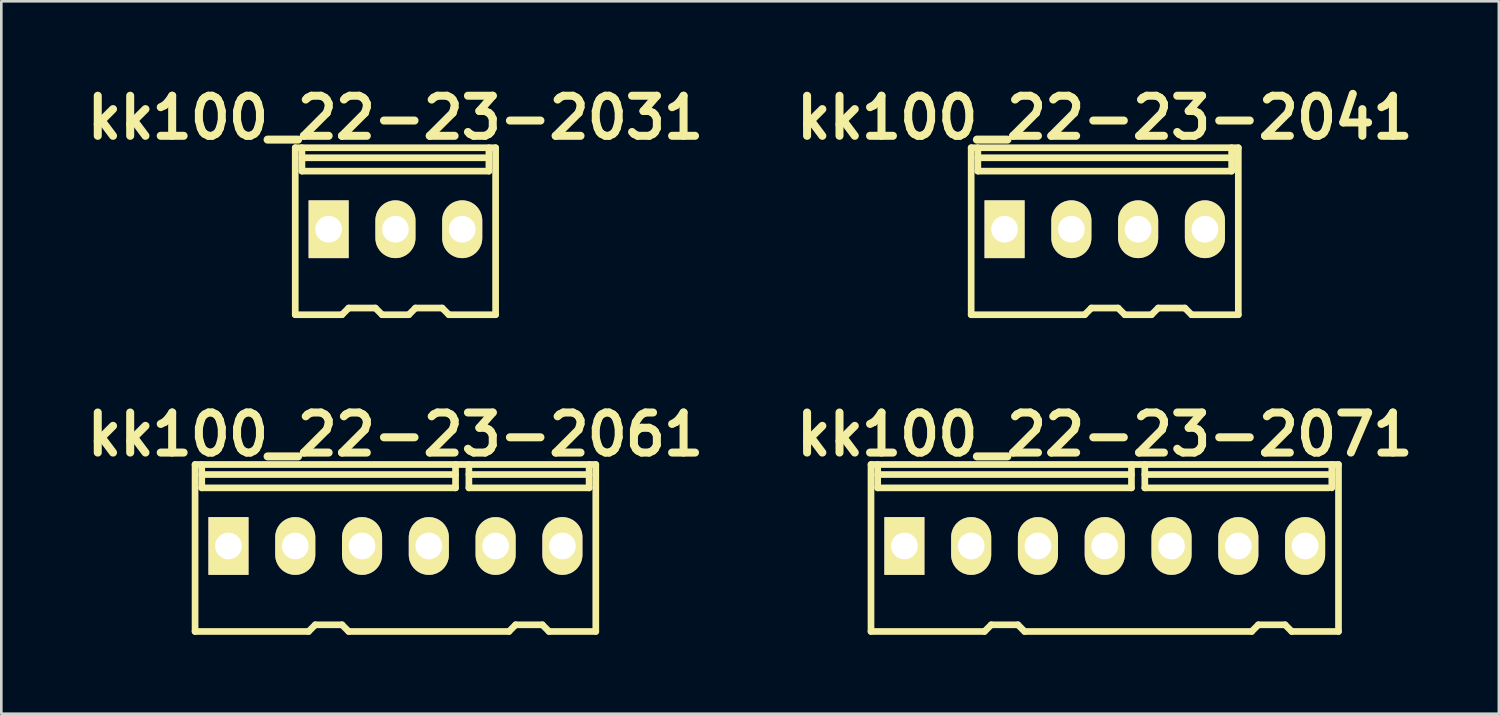
<source format=kicad_pcb>
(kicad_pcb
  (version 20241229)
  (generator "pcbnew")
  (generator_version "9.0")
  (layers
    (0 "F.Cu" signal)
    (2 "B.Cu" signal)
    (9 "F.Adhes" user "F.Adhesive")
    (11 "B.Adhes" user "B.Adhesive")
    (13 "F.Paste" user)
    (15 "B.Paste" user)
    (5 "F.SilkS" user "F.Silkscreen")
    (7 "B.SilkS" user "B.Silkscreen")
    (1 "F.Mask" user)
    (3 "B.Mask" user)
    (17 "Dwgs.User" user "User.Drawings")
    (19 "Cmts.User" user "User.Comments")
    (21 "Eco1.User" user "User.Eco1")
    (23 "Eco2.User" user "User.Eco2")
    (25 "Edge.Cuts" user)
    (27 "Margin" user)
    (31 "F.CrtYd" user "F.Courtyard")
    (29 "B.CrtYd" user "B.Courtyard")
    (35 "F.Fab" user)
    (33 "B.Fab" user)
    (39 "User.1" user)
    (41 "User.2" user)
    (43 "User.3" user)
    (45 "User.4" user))
  (footprint "kk100_22-23-2061"
    (layer "F.Cu")
    (at 11.989 17.791)
    (property "Reference" "kk100_22-23-2061" (at 0 -4.318 0) (layer "F.SilkS") (effects (font (size 1.524 1.524) (thickness 0.305))))
    (attr through_hole)
    (fp_line (start -7.62 -3.175) (end 7.62 -3.175) (stroke (width 0.254) (type solid)) (layer "F.SilkS"))
    (fp_line (start -7.62 3.175) (end -7.62 -3.175) (stroke (width 0.254) (type solid)) (layer "F.SilkS"))
    (fp_line (start -7.366 -2.286) (end -7.366 -3.175) (stroke (width 0.254) (type solid)) (layer "F.SilkS"))
    (fp_line (start -3.302 3.175) (end -7.62 3.175) (stroke (width 0.254) (type solid)) (layer "F.SilkS"))
    (fp_line (start -3.048 2.921) (end -3.302 3.175) (stroke (width 0.254) (type solid)) (layer "F.SilkS"))
    (fp_line (start -3.048 2.921) (end -2.032 2.921) (stroke (width 0.254) (type solid)) (layer "F.SilkS"))
    (fp_line (start -2.032 2.921) (end -1.778 3.175) (stroke (width 0.254) (type solid)) (layer "F.SilkS"))
    (fp_line (start -1.778 3.175) (end 4.318 3.175) (stroke (width 0.254) (type solid)) (layer "F.SilkS"))
    (fp_line (start 2.286 -2.794) (end -7.366 -2.794) (stroke (width 0.254) (type solid)) (layer "F.SilkS"))
    (fp_line (start 2.286 -2.286) (end -7.366 -2.286) (stroke (width 0.254) (type solid)) (layer "F.SilkS"))
    (fp_line (start 2.286 -2.286) (end 2.286 -3.175) (stroke (width 0.254) (type solid)) (layer "F.SilkS"))
    (fp_line (start 2.794 -2.794) (end 7.366 -2.794) (stroke (width 0.254) (type solid)) (layer "F.SilkS"))
    (fp_line (start 2.794 -2.286) (end 2.794 -3.175) (stroke (width 0.254) (type solid)) (layer "F.SilkS"))
    (fp_line (start 2.794 -2.286) (end 7.366 -2.286) (stroke (width 0.254) (type solid)) (layer "F.SilkS"))
    (fp_line (start 4.572 2.921) (end 4.318 3.175) (stroke (width 0.254) (type solid)) (layer "F.SilkS"))
    (fp_line (start 4.572 2.921) (end 5.588 2.921) (stroke (width 0.254) (type solid)) (layer "F.SilkS"))
    (fp_line (start 5.588 2.921) (end 5.842 3.175) (stroke (width 0.254) (type solid)) (layer "F.SilkS"))
    (fp_line (start 5.842 3.175) (end 7.62 3.175) (stroke (width 0.254) (type solid)) (layer "F.SilkS"))
    (fp_line (start 7.366 -2.286) (end 7.366 -3.175) (stroke (width 0.254) (type solid)) (layer "F.SilkS"))
    (fp_line (start 7.62 -3.175) (end 7.62 3.175) (stroke (width 0.254) (type solid)) (layer "F.SilkS"))
    (pad "1" thru_hole rect (at -6.35 -0.076) (size 1.524 2.197) (drill 1.016) (layers "*.Cu" "*.Mask" "F.SilkS"))
    (pad "2" thru_hole oval (at -3.81 -0.076) (size 1.524 2.197) (drill 1.016) (layers "*.Cu" "*.Mask" "F.SilkS"))
    (pad "3" thru_hole oval (at -1.27 -0.076) (size 1.524 2.197) (drill 1.016) (layers "*.Cu" "*.Mask" "F.SilkS"))
    (pad "4" thru_hole oval (at 1.27 -0.076) (size 1.524 2.197) (drill 1.016) (layers "*.Cu" "*.Mask" "F.SilkS"))
    (pad "5" thru_hole oval (at 3.81 -0.076) (size 1.524 2.197) (drill 1.016) (layers "*.Cu" "*.Mask" "F.SilkS"))
    (pad "6" thru_hole oval (at 6.35 -0.076) (size 1.524 2.197) (drill 1.016) (layers "*.Cu" "*.Mask" "F.SilkS")))
  (footprint "kk100_22-23-2031"
    (layer "F.Cu")
    (at 11.989 5.744)
    (property "Reference" "kk100_22-23-2031" (at 0 -4.318 0) (layer "F.SilkS") (effects (font (size 1.524 1.524) (thickness 0.305))))
    (attr through_hole)
    (fp_line (start -3.81 -3.175) (end 3.81 -3.175) (stroke (width 0.254) (type solid)) (layer "F.SilkS"))
    (fp_line (start -3.81 3.175) (end -3.81 -3.175) (stroke (width 0.254) (type solid)) (layer "F.SilkS"))
    (fp_line (start -3.556 -2.286) (end -3.556 -3.175) (stroke (width 0.254) (type solid)) (layer "F.SilkS"))
    (fp_line (start -3.556 -2.286) (end 3.556 -2.286) (stroke (width 0.254) (type solid)) (layer "F.SilkS"))
    (fp_line (start -2.032 3.175) (end -3.81 3.175) (stroke (width 0.254) (type solid)) (layer "F.SilkS"))
    (fp_line (start -1.778 2.921) (end -2.032 3.175) (stroke (width 0.254) (type solid)) (layer "F.SilkS"))
    (fp_line (start -1.778 2.921) (end -0.762 2.921) (stroke (width 0.254) (type solid)) (layer "F.SilkS"))
    (fp_line (start -0.762 2.921) (end -0.508 3.175) (stroke (width 0.254) (type solid)) (layer "F.SilkS"))
    (fp_line (start -0.508 3.175) (end 0.508 3.175) (stroke (width 0.254) (type solid)) (layer "F.SilkS"))
    (fp_line (start 0.762 2.921) (end 0.508 3.175) (stroke (width 0.254) (type solid)) (layer "F.SilkS"))
    (fp_line (start 0.762 2.921) (end 1.778 2.921) (stroke (width 0.254) (type solid)) (layer "F.SilkS"))
    (fp_line (start 1.778 2.921) (end 2.032 3.175) (stroke (width 0.254) (type solid)) (layer "F.SilkS"))
    (fp_line (start 2.032 3.175) (end 3.81 3.175) (stroke (width 0.254) (type solid)) (layer "F.SilkS"))
    (fp_line (start 3.556 -2.794) (end -3.556 -2.794) (stroke (width 0.254) (type solid)) (layer "F.SilkS"))
    (fp_line (start 3.556 -2.286) (end 3.556 -3.175) (stroke (width 0.254) (type solid)) (layer "F.SilkS"))
    (fp_line (start 3.81 -3.175) (end 3.81 3.175) (stroke (width 0.254) (type solid)) (layer "F.SilkS"))
    (pad "1" thru_hole rect (at -2.54 -0.076) (size 1.524 2.197) (drill 1.016) (layers "*.Cu" "*.Mask" "F.SilkS"))
    (pad "2" thru_hole oval (at 0 -0.076) (size 1.524 2.197) (drill 1.016) (layers "*.Cu" "*.Mask" "F.SilkS"))
    (pad "3" thru_hole oval (at 2.54 -0.076) (size 1.524 2.197) (drill 1.016) (layers "*.Cu" "*.Mask" "F.SilkS")))
  (footprint "kk100_22-23-2071"
    (layer "F.Cu")
    (at 38.966 17.791)
    (property "Reference" "kk100_22-23-2071" (at 0 -4.318 0) (layer "F.SilkS") (effects (font (size 1.524 1.524) (thickness 0.305))))
    (attr through_hole)
    (fp_line (start -8.89 3.175) (end -8.89 -3.175) (stroke (width 0.254) (type solid)) (layer "F.SilkS"))
    (fp_line (start -8.636 -2.286) (end -8.636 -3.175) (stroke (width 0.254) (type solid)) (layer "F.SilkS"))
    (fp_line (start -4.572 3.175) (end -8.89 3.175) (stroke (width 0.254) (type solid)) (layer "F.SilkS"))
    (fp_line (start -4.318 2.921) (end -4.572 3.175) (stroke (width 0.254) (type solid)) (layer "F.SilkS"))
    (fp_line (start -4.318 2.921) (end -3.302 2.921) (stroke (width 0.254) (type solid)) (layer "F.SilkS"))
    (fp_line (start -3.302 2.921) (end -3.048 3.175) (stroke (width 0.254) (type solid)) (layer "F.SilkS"))
    (fp_line (start -3.048 3.175) (end 5.588 3.175) (stroke (width 0.254) (type solid)) (layer "F.SilkS"))
    (fp_line (start 1.016 -2.794) (end -8.636 -2.794) (stroke (width 0.254) (type solid)) (layer "F.SilkS"))
    (fp_line (start 1.016 -2.286) (end -8.636 -2.286) (stroke (width 0.254) (type solid)) (layer "F.SilkS"))
    (fp_line (start 1.016 -2.286) (end 1.016 -3.175) (stroke (width 0.254) (type solid)) (layer "F.SilkS"))
    (fp_line (start 1.524 -2.794) (end 8.636 -2.794) (stroke (width 0.254) (type solid)) (layer "F.SilkS"))
    (fp_line (start 1.524 -2.286) (end 1.524 -3.175) (stroke (width 0.254) (type solid)) (layer "F.SilkS"))
    (fp_line (start 1.524 -2.286) (end 8.509 -2.286) (stroke (width 0.254) (type solid)) (layer "F.SilkS"))
    (fp_line (start 5.842 2.921) (end 5.588 3.175) (stroke (width 0.254) (type solid)) (layer "F.SilkS"))
    (fp_line (start 5.842 2.921) (end 6.858 2.921) (stroke (width 0.254) (type solid)) (layer "F.SilkS"))
    (fp_line (start 6.858 2.921) (end 7.112 3.175) (stroke (width 0.254) (type solid)) (layer "F.SilkS"))
    (fp_line (start 7.112 3.175) (end 8.89 3.175) (stroke (width 0.254) (type solid)) (layer "F.SilkS"))
    (fp_line (start 8.636 -2.286) (end 8.636 -3.175) (stroke (width 0.254) (type solid)) (layer "F.SilkS"))
    (fp_line (start 8.89 -3.175) (end -8.89 -3.175) (stroke (width 0.254) (type solid)) (layer "F.SilkS"))
    (fp_line (start 8.89 -3.175) (end 8.89 3.175) (stroke (width 0.254) (type solid)) (layer "F.SilkS"))
    (pad "1" thru_hole rect (at -7.62 -0.076) (size 1.524 2.197) (drill 1.016) (layers "*.Cu" "*.Mask" "F.SilkS"))
    (pad "2" thru_hole oval (at -5.08 -0.076) (size 1.524 2.197) (drill 1.016) (layers "*.Cu" "*.Mask" "F.SilkS"))
    (pad "3" thru_hole oval (at -2.54 -0.076) (size 1.524 2.197) (drill 1.016) (layers "*.Cu" "*.Mask" "F.SilkS"))
    (pad "4" thru_hole oval (at 0 -0.076) (size 1.524 2.197) (drill 1.016) (layers "*.Cu" "*.Mask" "F.SilkS"))
    (pad "5" thru_hole oval (at 2.54 -0.076) (size 1.524 2.197) (drill 1.016) (layers "*.Cu" "*.Mask" "F.SilkS"))
    (pad "6" thru_hole oval (at 5.08 -0.076) (size 1.524 2.197) (drill 1.016) (layers "*.Cu" "*.Mask" "F.SilkS"))
    (pad "7" thru_hole oval (at 7.62 -0.076) (size 1.524 2.197) (drill 1.016) (layers "*.Cu" "*.Mask" "F.SilkS")))
  (footprint "kk100_22-23-2041"
    (layer "F.Cu")
    (at 38.966 5.744)
    (property "Reference" "kk100_22-23-2041" (at 0 -4.318 0) (layer "F.SilkS") (effects (font (size 1.524 1.524) (thickness 0.305))))
    (attr through_hole)
    (fp_line (start -5.08 -3.175) (end 5.08 -3.175) (stroke (width 0.254) (type solid)) (layer "F.SilkS"))
    (fp_line (start -5.08 3.175) (end -5.08 -3.175) (stroke (width 0.254) (type solid)) (layer "F.SilkS"))
    (fp_line (start -4.826 -2.286) (end -4.826 -3.175) (stroke (width 0.254) (type solid)) (layer "F.SilkS"))
    (fp_line (start -4.826 -2.286) (end 4.826 -2.286) (stroke (width 0.254) (type solid)) (layer "F.SilkS"))
    (fp_line (start -0.762 3.175) (end -5.08 3.175) (stroke (width 0.254) (type solid)) (layer "F.SilkS"))
    (fp_line (start -0.508 2.921) (end -0.762 3.175) (stroke (width 0.254) (type solid)) (layer "F.SilkS"))
    (fp_line (start -0.508 2.921) (end 0.508 2.921) (stroke (width 0.254) (type solid)) (layer "F.SilkS"))
    (fp_line (start 0.508 2.921) (end 0.762 3.175) (stroke (width 0.254) (type solid)) (layer "F.SilkS"))
    (fp_line (start 0.762 3.175) (end 1.778 3.175) (stroke (width 0.254) (type solid)) (layer "F.SilkS"))
    (fp_line (start 2.032 2.921) (end 1.778 3.175) (stroke (width 0.254) (type solid)) (layer "F.SilkS"))
    (fp_line (start 2.032 2.921) (end 3.048 2.921) (stroke (width 0.254) (type solid)) (layer "F.SilkS"))
    (fp_line (start 3.048 2.921) (end 3.302 3.175) (stroke (width 0.254) (type solid)) (layer "F.SilkS"))
    (fp_line (start 3.302 3.175) (end 5.08 3.175) (stroke (width 0.254) (type solid)) (layer "F.SilkS"))
    (fp_line (start 4.826 -2.794) (end -4.826 -2.794) (stroke (width 0.254) (type solid)) (layer "F.SilkS"))
    (fp_line (start 4.826 -2.286) (end 4.826 -3.175) (stroke (width 0.254) (type solid)) (layer "F.SilkS"))
    (fp_line (start 5.08 -3.175) (end 5.08 3.175) (stroke (width 0.254) (type solid)) (layer "F.SilkS"))
    (pad "1" thru_hole rect (at -3.81 -0.076) (size 1.524 2.197) (drill 1.016) (layers "*.Cu" "*.Mask" "F.SilkS"))
    (pad "2" thru_hole oval (at -1.27 -0.076) (size 1.524 2.197) (drill 1.016) (layers "*.Cu" "*.Mask" "F.SilkS"))
    (pad "3" thru_hole oval (at 1.27 -0.076) (size 1.524 2.197) (drill 1.016) (layers "*.Cu" "*.Mask" "F.SilkS"))
    (pad "4" thru_hole oval (at 3.81 -0.076) (size 1.524 2.197) (drill 1.016) (layers "*.Cu" "*.Mask" "F.SilkS")))
  (gr_rect
    (start -3 -3)
    (end 53.955 24.093)
    (stroke (width 0.1) (type default))
    (fill no)
    (layer "Edge.Cuts")))
</source>
